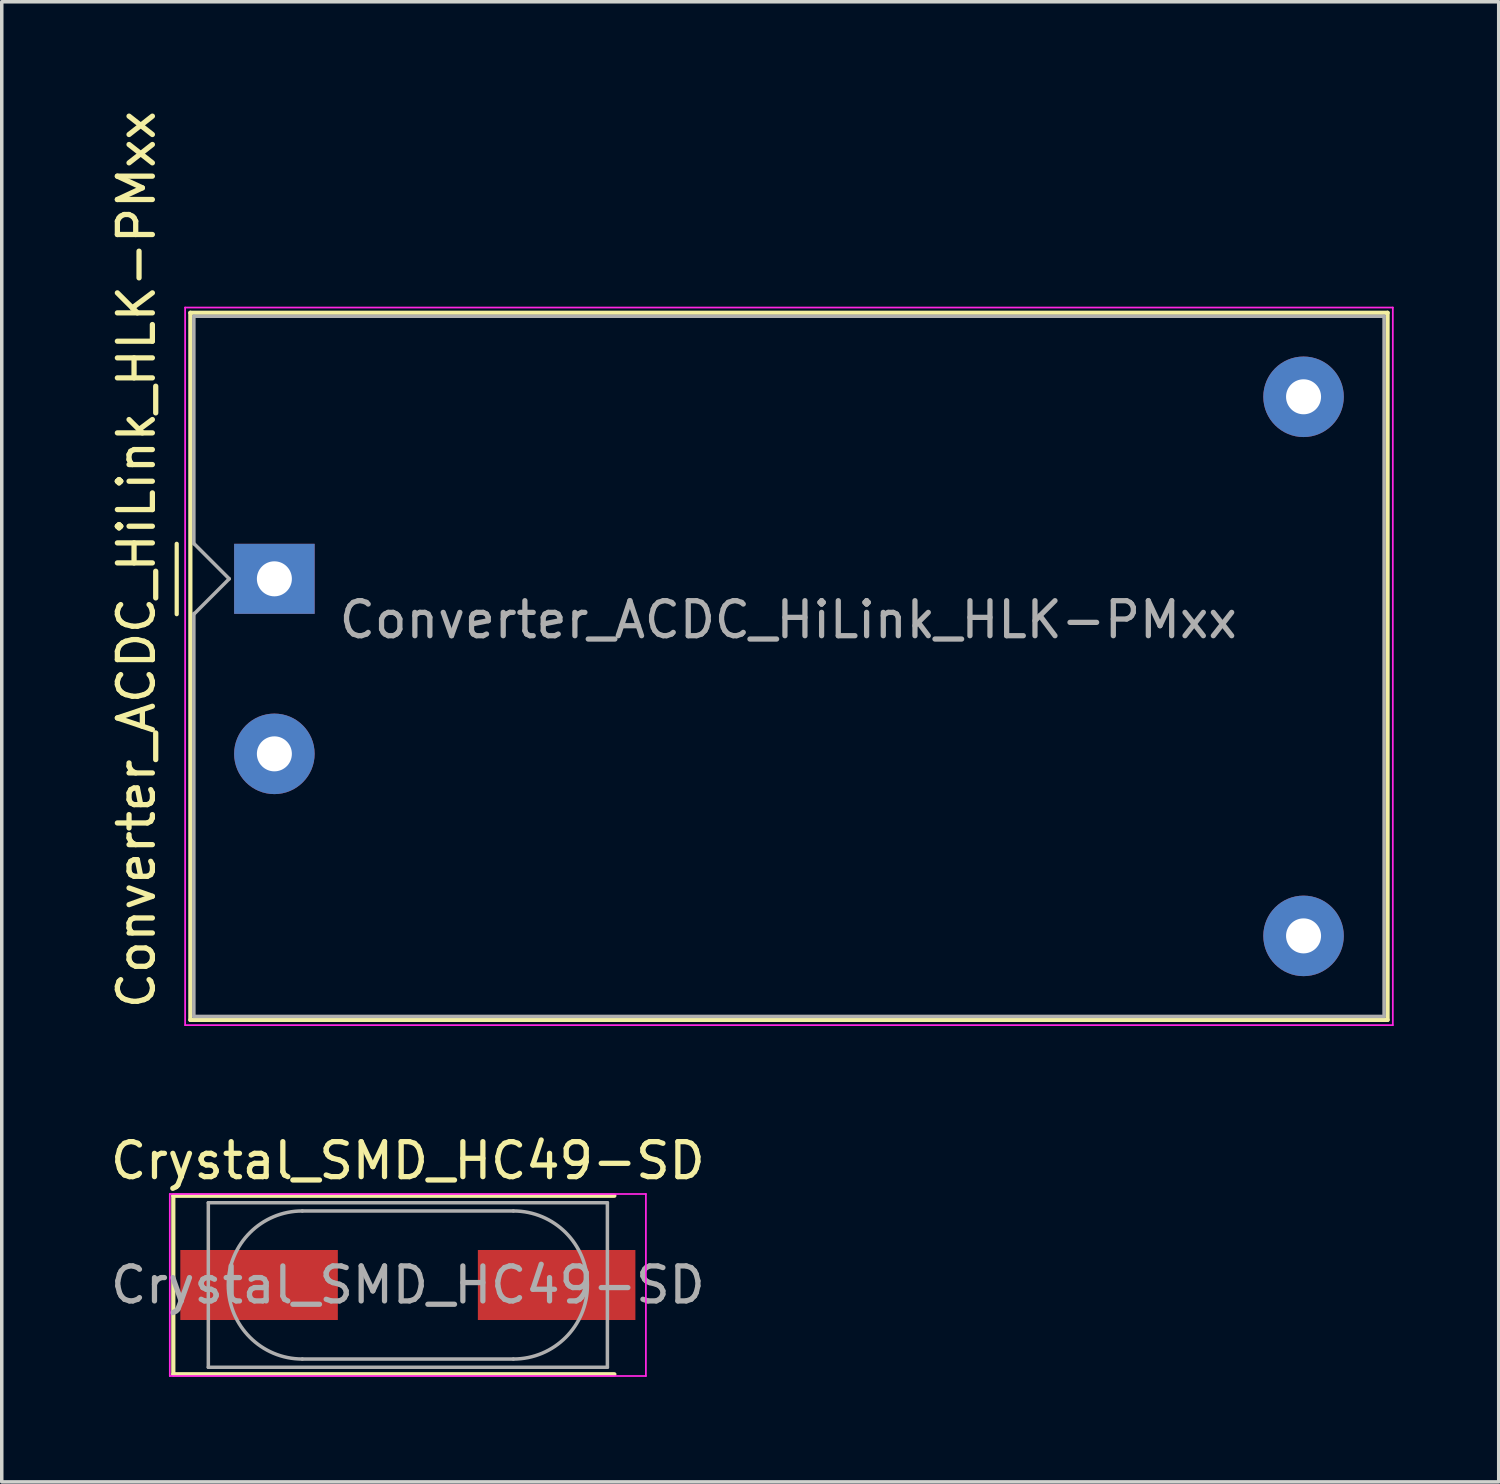
<source format=kicad_pcb>
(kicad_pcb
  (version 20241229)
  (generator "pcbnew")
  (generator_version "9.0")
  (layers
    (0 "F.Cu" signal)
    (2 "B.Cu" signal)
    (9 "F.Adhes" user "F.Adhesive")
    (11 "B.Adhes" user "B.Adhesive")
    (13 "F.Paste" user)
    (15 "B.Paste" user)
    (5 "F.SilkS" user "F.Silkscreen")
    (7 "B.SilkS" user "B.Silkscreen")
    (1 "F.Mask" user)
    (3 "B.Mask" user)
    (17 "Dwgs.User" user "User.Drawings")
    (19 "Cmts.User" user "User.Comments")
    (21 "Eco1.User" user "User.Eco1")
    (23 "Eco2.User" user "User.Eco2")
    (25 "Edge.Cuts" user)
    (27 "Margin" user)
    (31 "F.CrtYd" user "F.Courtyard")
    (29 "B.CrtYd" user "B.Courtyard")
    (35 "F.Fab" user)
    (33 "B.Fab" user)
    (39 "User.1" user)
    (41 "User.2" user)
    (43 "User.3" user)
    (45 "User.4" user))
  (footprint "Crystal_SMD_HC49-SD"
    (layer "F.Cu")
    (at 8.601 33.658)
    (property "Reference" "Crystal_SMD_HC49-SD" (at 0 -3.55 0) (layer "F.SilkS") (effects (font (size 1 1) (thickness 0.15))))
    (attr smd)
    (fp_line (start -6.7 -2.55) (end -6.7 2.55) (stroke (width 0.12) (type solid)) (layer "F.SilkS"))
    (fp_line (start -6.7 2.55) (end 5.9 2.55) (stroke (width 0.12) (type solid)) (layer "F.SilkS"))
    (fp_line (start 5.9 -2.55) (end -6.7 -2.55) (stroke (width 0.12) (type solid)) (layer "F.SilkS"))
    (fp_line (start -6.8 -2.6) (end -6.8 2.6) (stroke (width 0.05) (type solid)) (layer "F.CrtYd"))
    (fp_line (start -6.8 2.6) (end 6.8 2.6) (stroke (width 0.05) (type solid)) (layer "F.CrtYd"))
    (fp_line (start 6.8 -2.6) (end -6.8 -2.6) (stroke (width 0.05) (type solid)) (layer "F.CrtYd"))
    (fp_line (start 6.8 2.6) (end 6.8 -2.6) (stroke (width 0.05) (type solid)) (layer "F.CrtYd"))
    (fp_line (start -5.7 -2.35) (end -5.7 2.35) (stroke (width 0.1) (type solid)) (layer "F.Fab"))
    (fp_line (start -5.7 2.35) (end 5.7 2.35) (stroke (width 0.1) (type solid)) (layer "F.Fab"))
    (fp_line (start -3.015 -2.115) (end 3.015 -2.115) (stroke (width 0.1) (type solid)) (layer "F.Fab"))
    (fp_line (start -3.015 2.115) (end 3.015 2.115) (stroke (width 0.1) (type solid)) (layer "F.Fab"))
    (fp_line (start 5.7 -2.35) (end -5.7 -2.35) (stroke (width 0.1) (type solid)) (layer "F.Fab"))
    (fp_line (start 5.7 2.35) (end 5.7 -2.35) (stroke (width 0.1) (type solid)) (layer "F.Fab"))
    (fp_arc (start -3.015 2.115) (mid -5.13 0) (end -3.015 -2.115) (stroke (width 0.1) (type solid)) (layer "F.Fab"))
    (fp_arc (start 3.015 -2.115) (mid 5.13 0) (end 3.015 2.115) (stroke (width 0.1) (type solid)) (layer "F.Fab"))
    (fp_text user "${REFERENCE}" (at 0 0 0) (layer "F.Fab") (effects (font (size 1 1) (thickness 0.15))))
    (pad "1" smd rect (at -4.25 0) (size 4.5 2) (layers "F.Cu" "F.Mask" "F.Paste"))
    (pad "2" smd rect (at 4.25 0) (size 4.5 2) (layers "F.Cu" "F.Mask" "F.Paste")))
  (footprint "Converter_ACDC_HiLink_HLK-PMxx"
    (layer "F.Cu")
    (at 4.788 13.485)
    (property "Reference" "Converter_ACDC_HiLink_HLK-PMxx" (at -3.94 -0.55 90) (layer "F.SilkS") (effects (font (size 1 1) (thickness 0.15))))
    (attr through_hole)
    (fp_line (start -2.79 -1) (end -2.79 1.01) (stroke (width 0.12) (type solid)) (layer "F.SilkS"))
    (fp_line (start -2.4 -7.6) (end -2.4 12.6) (stroke (width 0.12) (type solid)) (layer "F.SilkS"))
    (fp_line (start -2.4 12.6) (end 31.8 12.6) (stroke (width 0.12) (type solid)) (layer "F.SilkS"))
    (fp_line (start 31.8 -7.6) (end -2.4 -7.6) (stroke (width 0.12) (type solid)) (layer "F.SilkS"))
    (fp_line (start 31.8 12.6) (end 31.8 -7.6) (stroke (width 0.12) (type solid)) (layer "F.SilkS"))
    (fp_line (start -2.55 -7.75) (end -2.55 12.75) (stroke (width 0.05) (type solid)) (layer "F.CrtYd"))
    (fp_line (start -2.55 12.75) (end 31.95 12.75) (stroke (width 0.05) (type solid)) (layer "F.CrtYd"))
    (fp_line (start 31.95 -7.75) (end -2.55 -7.75) (stroke (width 0.05) (type solid)) (layer "F.CrtYd"))
    (fp_line (start 31.95 12.75) (end 31.95 -7.75) (stroke (width 0.05) (type solid)) (layer "F.CrtYd"))
    (fp_line (start -2.3 -7.5) (end 31.7 -7.5) (stroke (width 0.1) (type solid)) (layer "F.Fab"))
    (fp_line (start -2.3 -1) (end -2.3 -7.5) (stroke (width 0.1) (type solid)) (layer "F.Fab"))
    (fp_line (start -2.3 12.5) (end -2.3 0.99) (stroke (width 0.1) (type solid)) (layer "F.Fab"))
    (fp_line (start -2.3 12.5) (end 31.7 12.5) (stroke (width 0.1) (type solid)) (layer "F.Fab"))
    (fp_line (start -2.29 -1) (end -1.29 0) (stroke (width 0.1) (type solid)) (layer "F.Fab"))
    (fp_line (start -1.29 0) (end -2.29 1) (stroke (width 0.1) (type solid)) (layer "F.Fab"))
    (fp_line (start 31.7 12.5) (end 31.7 -7.5) (stroke (width 0.1) (type solid)) (layer "F.Fab"))
    (fp_text user "${REFERENCE}" (at 14.68 1.17 0) (layer "F.Fab") (effects (font (size 1 1) (thickness 0.15))))
    (pad "1" thru_hole rect (at 0 0) (size 2.3 2) (drill 1) (layers "*.Cu" "*.Mask"))
    (pad "2" thru_hole circle (at 0 5) (size 2.3 2.3) (drill 1) (layers "*.Cu" "*.Mask"))
    (pad "3" thru_hole circle (at 29.4 -5.2) (size 2.3 2.3) (drill 1) (layers "*.Cu" "*.Mask"))
    (pad "4" thru_hole circle (at 29.4 10.2) (size 2.3 2.3) (drill 1) (layers "*.Cu" "*.Mask")))
  (gr_rect
    (start -3 -3)
    (end 39.763 39.283)
    (stroke (width 0.1) (type default))
    (fill no)
    (layer "Edge.Cuts")))
</source>
